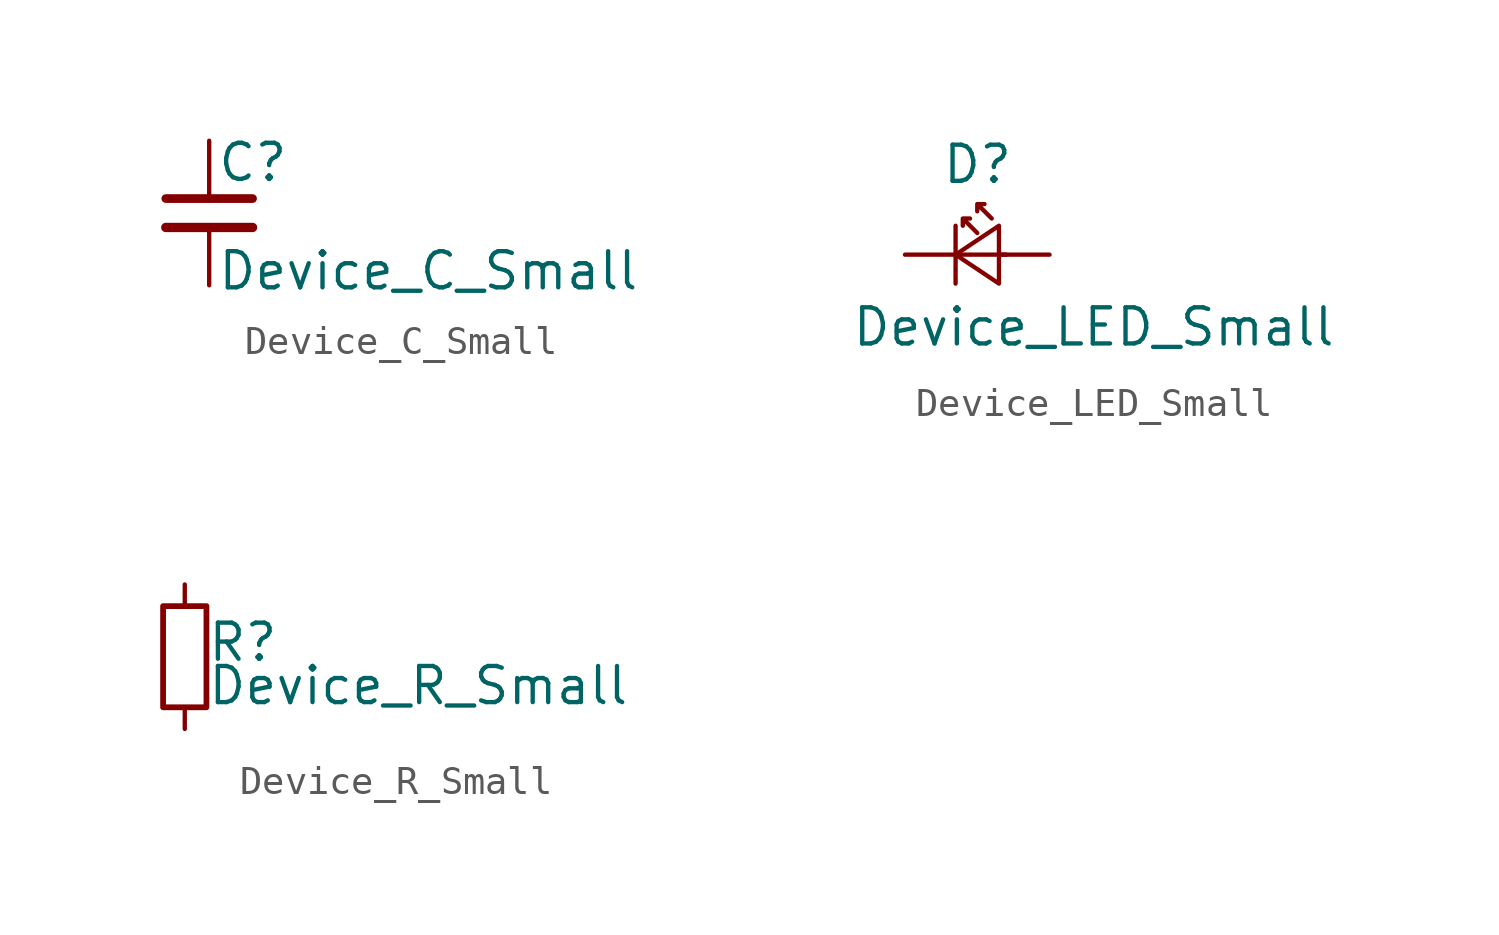
<source format=kicad_sym>
(kicad_symbol_lib
  (version 20241209)
  (generator "kicad_symbol_editor")
  (generator_version "9.0")
  (symbol "Device_C_Small"
    (pin_numbers
      (hide yes))
    (pin_names
      (offset 0.254)
      (hide yes))
    (property "Reference" "C"
      (at 0.254 1.778 0)
      (effects (font (size 1.27 1.27)) (justify left)))
    (property "Value" "Device_C_Small"
      (at 0.254 -2.032 0)
      (effects (font (size 1.27 1.27)) (justify left)))
    (symbol "Device_C_Small_0_1"
      (polyline (pts (xy -1.524 0.508) (xy 1.524 0.508)) (stroke (width 0.305) (type solid)) (fill (type none)))
      (polyline (pts (xy -1.524 -0.508) (xy 1.524 -0.508)) (stroke (width 0.33) (type solid)) (fill (type none))))
    (symbol "Device_C_Small_1_1"
      (pin passive line (at 0 2.54 270) (length 2.032) (name "~" (effects (font (size 1.27 1.27)))) (number "1" (effects (font (size 1.27 1.27)))))
      (pin passive line (at 0 -2.54 90) (length 2.032) (name "~" (effects (font (size 1.27 1.27)))) (number "2" (effects (font (size 1.27 1.27)))))))
  (symbol "Device_LED_Small"
    (pin_numbers
      (hide yes))
    (pin_names
      (offset 0.254)
      (hide yes))
    (property "Reference" "D"
      (at -1.27 3.175 0)
      (effects (font (size 1.27 1.27)) (justify left)))
    (property "Value" "Device_LED_Small"
      (at -4.445 -2.54 0)
      (effects (font (size 1.27 1.27)) (justify left)))
    (symbol "Device_LED_Small_0_1"
      (polyline (pts (xy -0.762 -1.016) (xy -0.762 1.016)) (stroke (width 0) (type solid)) (fill (type none)))
      (polyline (pts (xy 0 0.762) (xy -0.508 1.27) (xy -0.254 1.27) (xy -0.508 1.27) (xy -0.508 1.016)) (stroke (width 0) (type solid)) (fill (type none)))
      (polyline (pts (xy 0.508 1.27) (xy 0 1.778) (xy 0.254 1.778) (xy 0 1.778) (xy 0 1.524)) (stroke (width 0) (type solid)) (fill (type none)))
      (polyline (pts (xy 0.762 -1.016) (xy -0.762 0) (xy 0.762 1.016) (xy 0.762 -1.016)) (stroke (width 0) (type solid)) (fill (type none)))
      (polyline (pts (xy 1.016 0) (xy -0.762 0)) (stroke (width 0) (type solid)) (fill (type none))))
    (symbol "Device_LED_Small_1_1"
      (pin passive line (at -2.54 0 0) (length 1.778) (name "K" (effects (font (size 1.27 1.27)))) (number "1" (effects (font (size 1.27 1.27)))))
      (pin passive line (at 2.54 0 180) (length 1.778) (name "A" (effects (font (size 1.27 1.27)))) (number "2" (effects (font (size 1.27 1.27)))))))
  (symbol "Device_R_Small"
    (pin_numbers
      (hide yes))
    (pin_names
      (offset 0.254)
      (hide yes))
    (property "Reference" "R"
      (at 0.762 0.508 0)
      (effects (font (size 1.27 1.27)) (justify left)))
    (property "Value" "Device_R_Small"
      (at 0.762 -1.016 0)
      (effects (font (size 1.27 1.27)) (justify left)))
    (symbol "Device_R_Small_0_1"
      (rectangle (start -0.762 1.778) (end 0.762 -1.778) (stroke (width 0.203) (type solid)) (fill (type none))))
    (symbol "Device_R_Small_1_1"
      (pin passive line (at 0 2.54 270) (length 0.762) (name "~" (effects (font (size 1.27 1.27)))) (number "1" (effects (font (size 1.27 1.27)))))
      (pin passive line (at 0 -2.54 90) (length 0.762) (name "~" (effects (font (size 1.27 1.27)))) (number "2" (effects (font (size 1.27 1.27))))))))
</source>
